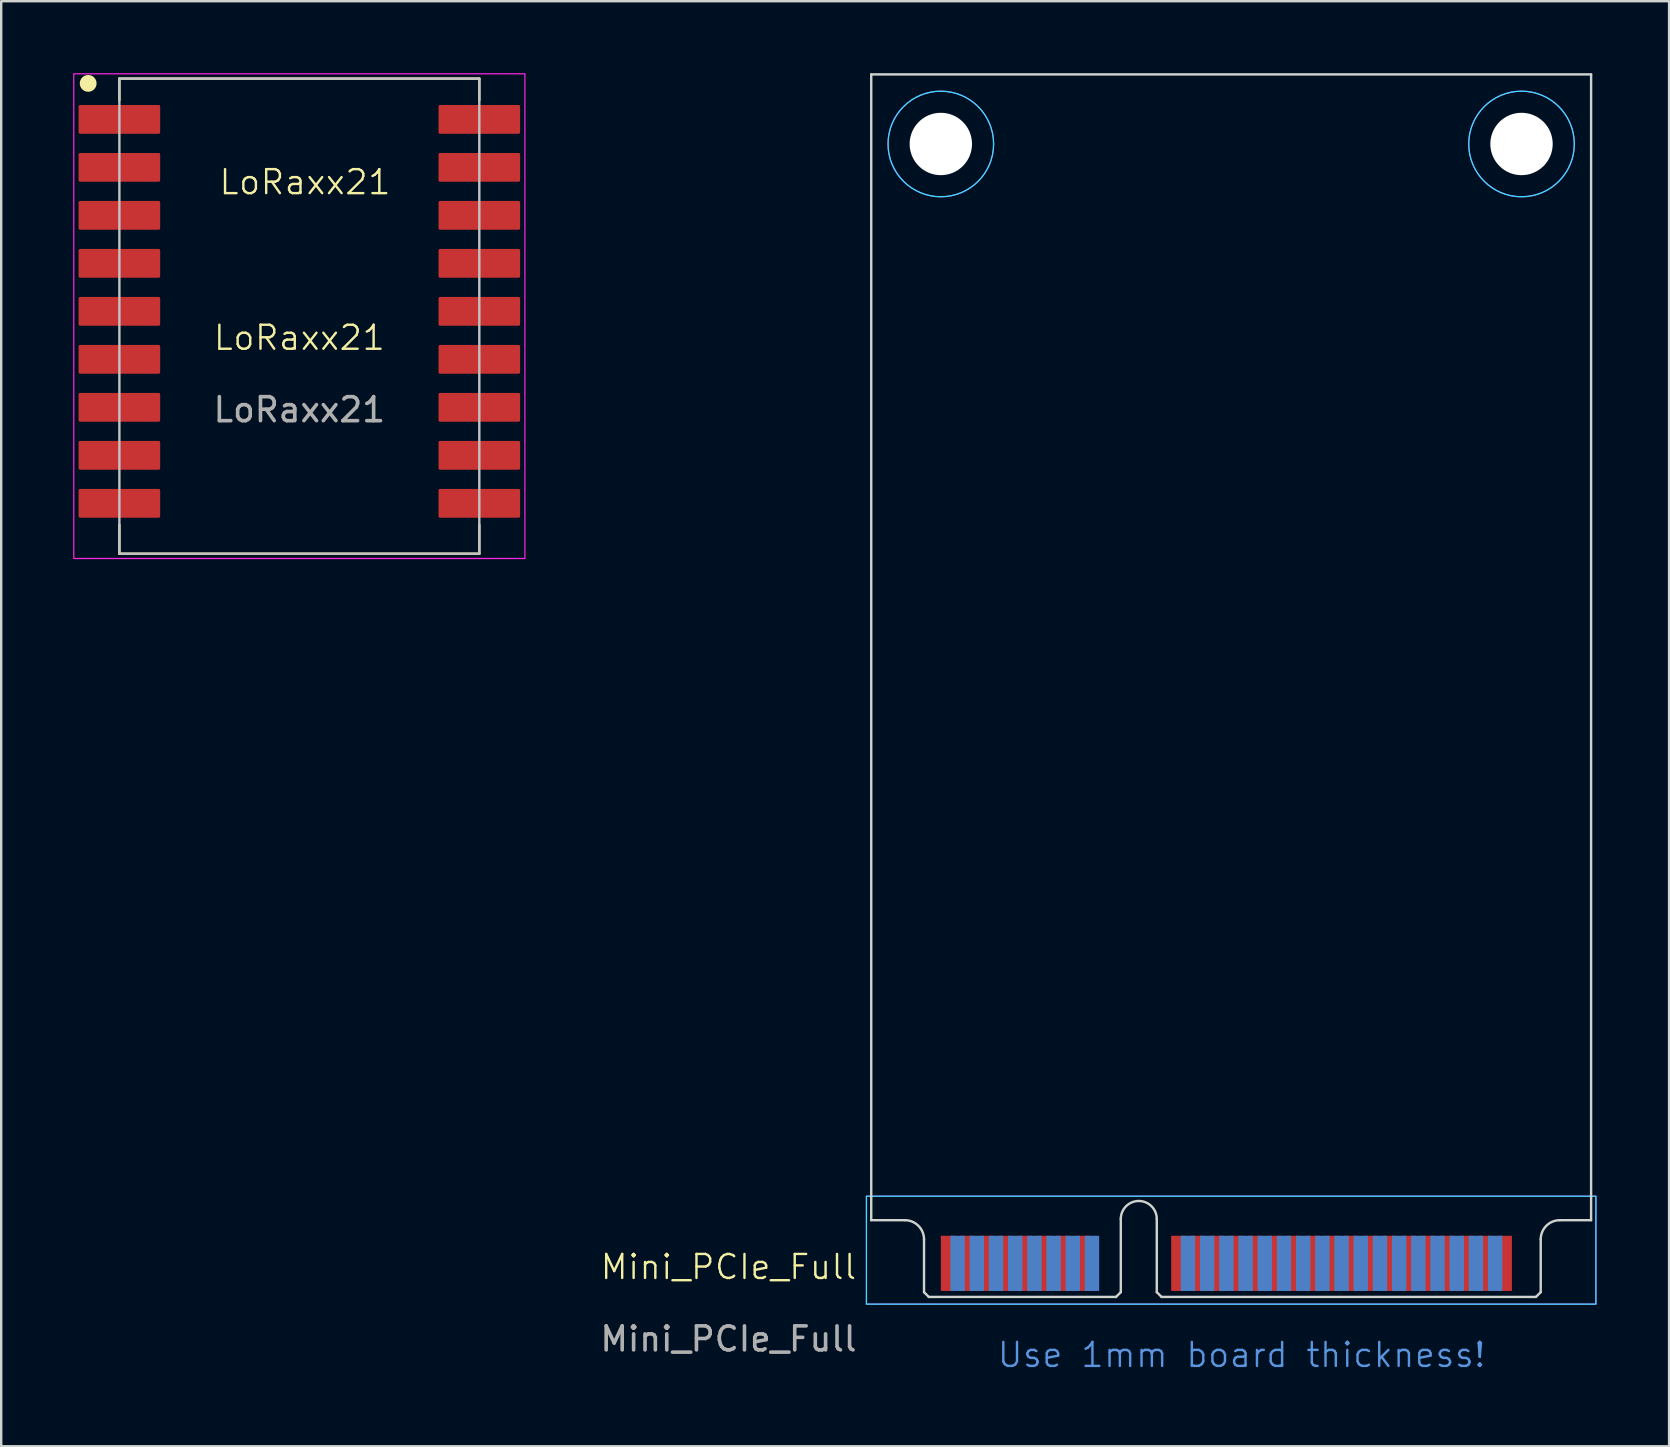
<source format=kicad_pcb>
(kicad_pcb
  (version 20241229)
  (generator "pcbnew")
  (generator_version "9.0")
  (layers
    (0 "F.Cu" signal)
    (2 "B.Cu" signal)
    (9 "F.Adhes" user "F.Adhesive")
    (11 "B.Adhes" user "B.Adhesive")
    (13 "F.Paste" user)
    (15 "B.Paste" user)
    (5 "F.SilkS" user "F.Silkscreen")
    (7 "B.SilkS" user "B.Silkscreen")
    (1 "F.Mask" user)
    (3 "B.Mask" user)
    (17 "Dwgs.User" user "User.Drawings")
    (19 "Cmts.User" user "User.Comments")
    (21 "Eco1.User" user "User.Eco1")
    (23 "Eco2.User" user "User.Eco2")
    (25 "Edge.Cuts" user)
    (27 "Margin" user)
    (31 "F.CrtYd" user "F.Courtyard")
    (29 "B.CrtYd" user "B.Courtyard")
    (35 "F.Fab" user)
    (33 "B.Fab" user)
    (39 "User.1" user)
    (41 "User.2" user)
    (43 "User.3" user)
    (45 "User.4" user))
  (footprint "LoRaxx21"
    (layer "F.Cu")
    (at 9.425 9.925)
    (property "Reference" "LoRaxx21" (at 0 1.1 0) (unlocked yes) (layer "F.SilkS") (effects (font (size 1 1) (thickness 0.1))))
    (attr smd)
    (fp_line (start -7.5 -9.7) (end -7.5 -8.8) (stroke (width 0.1) (type default)) (layer "F.SilkS"))
    (fp_line (start -7.5 -9.7) (end 7.5 -9.7) (stroke (width 0.1) (type solid)) (layer "F.SilkS"))
    (fp_line (start -7.5 8.9) (end -7.5 10.1) (stroke (width 0.1) (type default)) (layer "F.SilkS"))
    (fp_line (start -7.5 10.1) (end 7.5 10.1) (stroke (width 0.1) (type solid)) (layer "F.SilkS"))
    (fp_line (start 7.5 -9.7) (end 7.5 -8.8) (stroke (width 0.1) (type default)) (layer "F.SilkS"))
    (fp_line (start 7.5 8.9) (end 7.5 10.1) (stroke (width 0.1) (type default)) (layer "F.SilkS"))
    (fp_circle (center -8.8 -9.5) (end -8.5 -9.5) (stroke (width 0.1) (type solid)) (fill yes) (layer "F.SilkS"))
    (fp_rect (start -7.5 -9.7) (end 7.5 10.1) (stroke (width 0.1) (type solid)) (fill no) (layer "Dwgs.User"))
    (fp_rect (start -9.4 -9.9) (end 9.4 10.3) (stroke (width 0.05) (type default)) (fill no) (layer "F.CrtYd"))
    (fp_text user "LoRaxx21" (at -3.4 -4.8 0) (unlocked yes) (layer "F.SilkS") (effects (font (size 1 1) (thickness 0.1)) (justify left bottom)))
    (fp_text user "${REFERENCE}" (at 0 4.1 0) (unlocked yes) (layer "F.Fab") (effects (font (size 1 1) (thickness 0.15))))
    (pad "1" smd roundrect (at -7.5 -8) (size 3.4 1.2) (layers "F.Cu" "F.Mask" "F.Paste") (roundrect_rratio 0.05))
    (pad "2" smd roundrect (at -7.5 -6) (size 3.4 1.2) (layers "F.Cu" "F.Mask" "F.Paste") (roundrect_rratio 0.05))
    (pad "3" smd roundrect (at -7.5 -4) (size 3.4 1.2) (layers "F.Cu" "F.Mask" "F.Paste") (roundrect_rratio 0.05))
    (pad "4" smd roundrect (at -7.5 -2) (size 3.4 1.2) (layers "F.Cu" "F.Mask" "F.Paste") (roundrect_rratio 0.05))
    (pad "5" smd roundrect (at -7.5 0) (size 3.4 1.2) (layers "F.Cu" "F.Mask" "F.Paste") (roundrect_rratio 0.05))
    (pad "6" smd roundrect (at -7.5 2) (size 3.4 1.2) (layers "F.Cu" "F.Mask" "F.Paste") (roundrect_rratio 0.05))
    (pad "7" smd roundrect (at -7.5 4) (size 3.4 1.2) (layers "F.Cu" "F.Mask" "F.Paste") (roundrect_rratio 0.05))
    (pad "8" smd roundrect (at -7.5 6) (size 3.4 1.2) (layers "F.Cu" "F.Mask" "F.Paste") (roundrect_rratio 0.05))
    (pad "9" smd roundrect (at -7.5 8) (size 3.4 1.2) (layers "F.Cu" "F.Mask" "F.Paste") (roundrect_rratio 0.05))
    (pad "10" smd roundrect (at 7.5 8) (size 3.4 1.2) (layers "F.Cu" "F.Mask" "F.Paste") (roundrect_rratio 0.05))
    (pad "11" smd roundrect (at 7.5 6) (size 3.4 1.2) (layers "F.Cu" "F.Mask" "F.Paste") (roundrect_rratio 0.05))
    (pad "12" smd roundrect (at 7.5 4) (size 3.4 1.2) (layers "F.Cu" "F.Mask" "F.Paste") (roundrect_rratio 0.05))
    (pad "13" smd roundrect (at 7.5 2) (size 3.4 1.2) (layers "F.Cu" "F.Mask" "F.Paste") (roundrect_rratio 0.05))
    (pad "14" smd roundrect (at 7.5 0) (size 3.4 1.2) (layers "F.Cu" "F.Mask" "F.Paste") (roundrect_rratio 0.05))
    (pad "15" smd roundrect (at 7.5 -2) (size 3.4 1.2) (layers "F.Cu" "F.Mask" "F.Paste") (roundrect_rratio 0.05))
    (pad "16" smd roundrect (at 7.5 -4) (size 3.4 1.2) (layers "F.Cu" "F.Mask" "F.Paste") (roundrect_rratio 0.05))
    (pad "17" smd roundrect (at 7.5 -6) (size 3.4 1.2) (layers "F.Cu" "F.Mask" "F.Paste") (roundrect_rratio 0.05))
    (pad "18" smd roundrect (at 7.5 -8) (size 3.4 1.2) (layers "F.Cu" "F.Mask" "F.Paste") (roundrect_rratio 0.05)))
  (footprint "Mini_PCIe_Full"
    (layer "F.Cu")
    (at 35.458 51)
    (property "Reference" "Mini_PCIe_Full" (at -8.15 -1.25 0) (unlocked yes) (layer "F.SilkS") (effects (font (size 1 1) (thickness 0.1))))
    (attr smd)
    (fp_rect (start -2.4 -4.2) (end 28 0.3) (stroke (width 0.1) (type solid)) (fill yes) (layer "F.Mask"))
    (fp_circle (center 0.7 -48.05) (end 2.9 -48.05) (stroke (width 0.05) (type solid)) (fill yes) (layer "F.Mask"))
    (fp_circle (center 24.9 -48.05) (end 27.1 -48.05) (stroke (width 0.05) (type solid)) (fill yes) (layer "F.Mask"))
    (fp_rect (start -2.4 -4.2) (end 28 0.3) (stroke (width 0.1) (type solid)) (fill yes) (layer "B.Mask"))
    (fp_circle (center 0.7 -48.05) (end 2.9 -48.05) (stroke (width 0.05) (type solid)) (fill yes) (layer "B.Mask"))
    (fp_circle (center 24.9 -48.05) (end 27.1 -48.05) (stroke (width 0.05) (type solid)) (fill yes) (layer "B.Mask"))
    (fp_line (start -2.2 -50.95) (end -2.2 -3.2) (stroke (width 0.1) (type solid)) (layer "Edge.Cuts"))
    (fp_line (start -2.2 -3.2) (end -0.8 -3.2) (stroke (width 0.1) (type solid)) (layer "Edge.Cuts"))
    (fp_line (start 0 -2.4) (end 0 -0.2) (stroke (width 0.1) (type solid)) (layer "Edge.Cuts"))
    (fp_line (start 0 -0.2) (end 0.2 0) (stroke (width 0.1) (type solid)) (layer "Edge.Cuts"))
    (fp_line (start 0.2 0) (end 8 0) (stroke (width 0.1) (type solid)) (layer "Edge.Cuts"))
    (fp_line (start 8 0) (end 8.2 -0.2) (stroke (width 0.1) (type solid)) (layer "Edge.Cuts"))
    (fp_line (start 8.2 -0.2) (end 8.2 -3.25) (stroke (width 0.1) (type solid)) (layer "Edge.Cuts"))
    (fp_line (start 9.7 -0.2) (end 9.7 -3.25) (stroke (width 0.1) (type solid)) (layer "Edge.Cuts"))
    (fp_line (start 9.7 -0.2) (end 9.9 0) (stroke (width 0.1) (type solid)) (layer "Edge.Cuts"))
    (fp_line (start 9.9 0) (end 25.5 0) (stroke (width 0.1) (type solid)) (layer "Edge.Cuts"))
    (fp_line (start 25.5 0) (end 25.7 -0.2) (stroke (width 0.1) (type solid)) (layer "Edge.Cuts"))
    (fp_line (start 25.7 -0.2) (end 25.7 -2.4) (stroke (width 0.1) (type solid)) (layer "Edge.Cuts"))
    (fp_line (start 26.5 -3.2) (end 27.8 -3.2) (stroke (width 0.1) (type solid)) (layer "Edge.Cuts"))
    (fp_line (start 27.8 -50.95) (end -2.2 -50.95) (stroke (width 0.1) (type solid)) (layer "Edge.Cuts"))
    (fp_line (start 27.8 -50.95) (end 27.8 -3.2) (stroke (width 0.1) (type solid)) (layer "Edge.Cuts"))
    (fp_arc (start -0.8 -3.2) (mid -0.234315 -2.965685) (end 0 -2.4) (stroke (width 0.1) (type solid)) (layer "Edge.Cuts"))
    (fp_arc (start 8.2 -3.25) (mid 8.95 -4) (end 9.7 -3.25) (stroke (width 0.1) (type solid)) (layer "Edge.Cuts"))
    (fp_arc (start 25.7 -2.4) (mid 25.934315 -2.965685) (end 26.5 -3.2) (stroke (width 0.1) (type solid)) (layer "Edge.Cuts"))
    (fp_rect (start -2.4 -4.2) (end 28 0.3) (stroke (width 0.05) (type default)) (fill no) (layer "B.CrtYd"))
    (fp_circle (center 0.7 -48.05) (end 2.9 -48.05) (stroke (width 0.05) (type solid)) (fill no) (layer "B.CrtYd"))
    (fp_circle (center 24.9 -48.05) (end 27.1 -48.05) (stroke (width 0.05) (type solid)) (fill no) (layer "B.CrtYd"))
    (fp_rect (start -2.4 -4.2) (end 28 0.3) (stroke (width 0.05) (type default)) (fill no) (layer "F.CrtYd"))
    (fp_circle (center 0.7 -48.05) (end 2.9 -48.05) (stroke (width 0.05) (type solid)) (fill no) (layer "F.CrtYd"))
    (fp_circle (center 24.9 -48.05) (end 27.1 -48.05) (stroke (width 0.05) (type solid)) (fill no) (layer "F.CrtYd"))
    (fp_text user "Use 1mm board thickness!" (at 3 3 0) (unlocked yes) (layer "Cmts.User") (effects (font (size 1 1) (thickness 0.1)) (justify left bottom)))
    (fp_text user "${REFERENCE}" (at -8.15 1.75 0) (unlocked yes) (layer "F.Fab") (effects (font (size 1 1) (thickness 0.15))))
    (pad "" np_thru_hole circle (at 0.7 -48.05) (size 2.6 2.6) (drill 2.6) (layers "*.Cu" "*.Mask"))
    (pad "" np_thru_hole circle (at 24.9 -48.05) (size 2.6 2.6) (drill 2.6) (layers "*.Cu" "*.Mask"))
    (pad "1" smd rect (at 1 -1.4 90) (size 2.3 0.6) (layers "F.Cu" "F.Mask" "F.Paste"))
    (pad "2" smd rect (at 1.4 -1.4 90) (size 2.3 0.6) (layers "B.Cu" "B.Mask" "B.Paste"))
    (pad "3" smd rect (at 1.8 -1.4 90) (size 2.3 0.6) (layers "F.Cu" "F.Mask" "F.Paste"))
    (pad "4" smd rect (at 2.2 -1.4 90) (size 2.3 0.6) (layers "B.Cu" "B.Mask" "B.Paste"))
    (pad "5" smd rect (at 2.6 -1.4 90) (size 2.3 0.6) (layers "F.Cu" "F.Mask" "F.Paste"))
    (pad "6" smd rect (at 3 -1.4 90) (size 2.3 0.6) (layers "B.Cu" "B.Mask" "B.Paste"))
    (pad "7" smd rect (at 3.4 -1.4 90) (size 2.3 0.6) (layers "F.Cu" "F.Mask" "F.Paste"))
    (pad "8" smd rect (at 3.8 -1.4 90) (size 2.3 0.6) (layers "B.Cu" "B.Mask" "B.Paste"))
    (pad "9" smd rect (at 4.2 -1.4 90) (size 2.3 0.6) (layers "F.Cu" "F.Mask" "F.Paste"))
    (pad "10" smd rect (at 4.6 -1.4 90) (size 2.3 0.6) (layers "B.Cu" "B.Mask" "B.Paste"))
    (pad "11" smd rect (at 5 -1.4 90) (size 2.3 0.6) (layers "F.Cu" "F.Mask" "F.Paste"))
    (pad "12" smd rect (at 5.4 -1.4 90) (size 2.3 0.6) (layers "B.Cu" "B.Mask" "B.Paste"))
    (pad "13" smd rect (at 5.8 -1.4 90) (size 2.3 0.6) (layers "F.Cu" "F.Mask" "F.Paste"))
    (pad "14" smd rect (at 6.2 -1.4 90) (size 2.3 0.6) (layers "B.Cu" "B.Mask" "B.Paste"))
    (pad "15" smd rect (at 6.6 -1.4 90) (size 2.3 0.6) (layers "F.Cu" "F.Mask" "F.Paste"))
    (pad "16" smd rect (at 7 -1.4 90) (size 2.3 0.6) (layers "B.Cu" "B.Mask" "B.Paste"))
    (pad "17" smd rect (at 10.6 -1.4 90) (size 2.3 0.6) (layers "F.Cu" "F.Mask" "F.Paste"))
    (pad "18" smd rect (at 11 -1.4 90) (size 2.3 0.6) (layers "B.Cu" "B.Mask" "B.Paste"))
    (pad "19" smd rect (at 11.4 -1.4 90) (size 2.3 0.6) (layers "F.Cu" "F.Mask" "F.Paste"))
    (pad "20" smd rect (at 11.8 -1.4 90) (size 2.3 0.6) (layers "B.Cu" "B.Mask" "B.Paste"))
    (pad "21" smd rect (at 12.2 -1.4 90) (size 2.3 0.6) (layers "F.Cu" "F.Mask" "F.Paste"))
    (pad "22" smd rect (at 12.6 -1.4 90) (size 2.3 0.6) (layers "B.Cu" "B.Mask" "B.Paste"))
    (pad "23" smd rect (at 13 -1.4 90) (size 2.3 0.6) (layers "F.Cu" "F.Mask" "F.Paste"))
    (pad "24" smd rect (at 13.4 -1.4 90) (size 2.3 0.6) (layers "B.Cu" "B.Mask" "B.Paste"))
    (pad "25" smd rect (at 13.8 -1.4 90) (size 2.3 0.6) (layers "F.Cu" "F.Mask" "F.Paste"))
    (pad "26" smd rect (at 14.2 -1.4 90) (size 2.3 0.6) (layers "B.Cu" "B.Mask" "B.Paste"))
    (pad "27" smd rect (at 14.6 -1.4 90) (size 2.3 0.6) (layers "F.Cu" "F.Mask" "F.Paste"))
    (pad "28" smd rect (at 15 -1.4 90) (size 2.3 0.6) (layers "B.Cu" "B.Mask" "B.Paste"))
    (pad "29" smd rect (at 15.4 -1.4 90) (size 2.3 0.6) (layers "F.Cu" "F.Mask" "F.Paste"))
    (pad "30" smd rect (at 15.8 -1.4 90) (size 2.3 0.6) (layers "B.Cu" "B.Mask" "B.Paste"))
    (pad "31" smd rect (at 16.2 -1.4 90) (size 2.3 0.6) (layers "F.Cu" "F.Mask" "F.Paste"))
    (pad "32" smd rect (at 16.6 -1.4 90) (size 2.3 0.6) (layers "B.Cu" "B.Mask" "B.Paste"))
    (pad "33" smd rect (at 17 -1.4 90) (size 2.3 0.6) (layers "F.Cu" "F.Mask" "F.Paste"))
    (pad "34" smd rect (at 17.4 -1.4 90) (size 2.3 0.6) (layers "B.Cu" "B.Mask" "B.Paste"))
    (pad "35" smd rect (at 17.8 -1.4 90) (size 2.3 0.6) (layers "F.Cu" "F.Mask" "F.Paste"))
    (pad "36" smd rect (at 18.2 -1.4 90) (size 2.3 0.6) (layers "B.Cu" "B.Mask" "B.Paste"))
    (pad "37" smd rect (at 18.6 -1.4 90) (size 2.3 0.6) (layers "F.Cu" "F.Mask" "F.Paste"))
    (pad "38" smd rect (at 19 -1.4 90) (size 2.3 0.6) (layers "B.Cu" "B.Mask" "B.Paste"))
    (pad "39" smd rect (at 19.4 -1.4 90) (size 2.3 0.6) (layers "F.Cu" "F.Mask" "F.Paste"))
    (pad "40" smd rect (at 19.8 -1.4 90) (size 2.3 0.6) (layers "B.Cu" "B.Mask" "B.Paste"))
    (pad "41" smd rect (at 20.2 -1.4 90) (size 2.3 0.6) (layers "F.Cu" "F.Mask" "F.Paste"))
    (pad "42" smd rect (at 20.6 -1.4 90) (size 2.3 0.6) (layers "B.Cu" "B.Mask" "B.Paste"))
    (pad "43" smd rect (at 21 -1.4 90) (size 2.3 0.6) (layers "F.Cu" "F.Mask" "F.Paste"))
    (pad "44" smd rect (at 21.4 -1.4 90) (size 2.3 0.6) (layers "B.Cu" "B.Mask" "B.Paste"))
    (pad "45" smd rect (at 21.8 -1.4 90) (size 2.3 0.6) (layers "F.Cu" "F.Mask" "F.Paste"))
    (pad "46" smd rect (at 22.2 -1.4 90) (size 2.3 0.6) (layers "B.Cu" "B.Mask" "B.Paste"))
    (pad "47" smd rect (at 22.6 -1.4 90) (size 2.3 0.6) (layers "F.Cu" "F.Mask" "F.Paste"))
    (pad "48" smd rect (at 23 -1.4 90) (size 2.3 0.6) (layers "B.Cu" "B.Mask" "B.Paste"))
    (pad "49" smd rect (at 23.4 -1.4 90) (size 2.3 0.6) (layers "F.Cu" "F.Mask" "F.Paste"))
    (pad "50" smd rect (at 23.8 -1.4 90) (size 2.3 0.6) (layers "B.Cu" "B.Mask" "B.Paste"))
    (pad "51" smd rect (at 24.2 -1.4 90) (size 2.3 0.6) (layers "F.Cu" "F.Mask" "F.Paste")))
  (gr_rect
    (start -3 -3)
    (end 66.508 57.221)
    (stroke (width 0.1) (type default))
    (fill no)
    (layer "Edge.Cuts")))
</source>
